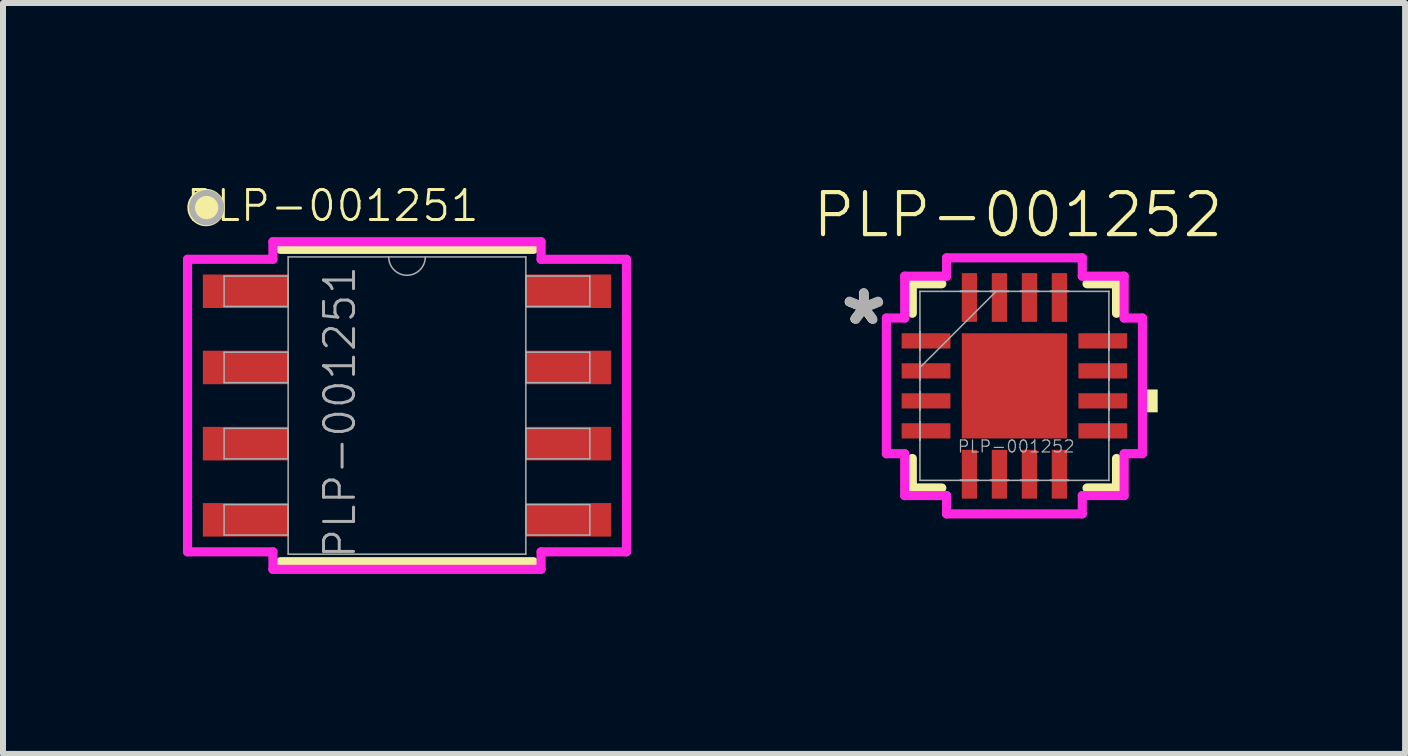
<source format=kicad_pcb>
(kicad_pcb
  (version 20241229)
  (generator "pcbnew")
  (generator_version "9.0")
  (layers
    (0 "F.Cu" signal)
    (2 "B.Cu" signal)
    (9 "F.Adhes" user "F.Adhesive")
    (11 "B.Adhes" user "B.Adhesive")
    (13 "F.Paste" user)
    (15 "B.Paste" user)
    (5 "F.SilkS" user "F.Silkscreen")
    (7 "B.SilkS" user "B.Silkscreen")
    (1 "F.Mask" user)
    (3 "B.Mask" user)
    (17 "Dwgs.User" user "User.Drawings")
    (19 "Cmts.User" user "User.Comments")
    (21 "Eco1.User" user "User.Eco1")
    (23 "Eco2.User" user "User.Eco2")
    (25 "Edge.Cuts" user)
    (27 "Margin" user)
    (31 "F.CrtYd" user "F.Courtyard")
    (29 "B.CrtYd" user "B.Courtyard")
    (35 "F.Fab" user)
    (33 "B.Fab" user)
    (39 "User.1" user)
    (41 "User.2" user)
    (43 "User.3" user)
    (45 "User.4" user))
  (footprint "PLP-001251"
    (layer "F.Cu")
    (at 3.734 3.71)
    (property "Reference" "PLP-001251" (at -1.24 -3.33 0) (unlocked yes) (layer "F.SilkS") (effects (font (size 0.5 0.5) (thickness 0.05))))
    (attr smd)
    (fp_line (start -2.108 2.603) (end 2.108 2.603) (stroke (width 0.152) (type solid)) (layer "F.SilkS"))
    (fp_line (start 2.108 -2.603) (end -2.108 -2.603) (stroke (width 0.152) (type solid)) (layer "F.SilkS"))
    (fp_circle (center -3.35 -3.3) (end -3.13 -3.16) (stroke (width 0.1) (type solid)) (fill yes) (layer "F.SilkS"))
    (fp_line (start -3.658 -2.438) (end -2.235 -2.438) (stroke (width 0.152) (type solid)) (layer "F.CrtYd"))
    (fp_line (start -3.658 2.438) (end -3.658 -2.438) (stroke (width 0.152) (type solid)) (layer "F.CrtYd"))
    (fp_line (start -3.658 2.438) (end -2.235 2.438) (stroke (width 0.152) (type solid)) (layer "F.CrtYd"))
    (fp_line (start -2.235 -2.731) (end 2.235 -2.731) (stroke (width 0.152) (type solid)) (layer "F.CrtYd"))
    (fp_line (start -2.235 -2.438) (end -2.235 -2.731) (stroke (width 0.152) (type solid)) (layer "F.CrtYd"))
    (fp_line (start -2.235 2.731) (end -2.235 2.438) (stroke (width 0.152) (type solid)) (layer "F.CrtYd"))
    (fp_line (start 2.235 -2.731) (end 2.235 -2.438) (stroke (width 0.152) (type solid)) (layer "F.CrtYd"))
    (fp_line (start 2.235 2.438) (end 2.235 2.731) (stroke (width 0.152) (type solid)) (layer "F.CrtYd"))
    (fp_line (start 2.235 2.731) (end -2.235 2.731) (stroke (width 0.152) (type solid)) (layer "F.CrtYd"))
    (fp_line (start 3.658 -2.438) (end 2.235 -2.438) (stroke (width 0.152) (type solid)) (layer "F.CrtYd"))
    (fp_line (start 3.658 -2.438) (end 3.658 2.438) (stroke (width 0.152) (type solid)) (layer "F.CrtYd"))
    (fp_line (start 3.658 2.438) (end 2.235 2.438) (stroke (width 0.152) (type solid)) (layer "F.CrtYd"))
    (fp_line (start -3.048 -2.159) (end -3.048 -1.651) (stroke (width 0.025) (type solid)) (layer "F.Fab"))
    (fp_line (start -3.048 -1.651) (end -1.981 -1.651) (stroke (width 0.025) (type solid)) (layer "F.Fab"))
    (fp_line (start -3.048 -0.889) (end -3.048 -0.381) (stroke (width 0.025) (type solid)) (layer "F.Fab"))
    (fp_line (start -3.048 -0.381) (end -1.981 -0.381) (stroke (width 0.025) (type solid)) (layer "F.Fab"))
    (fp_line (start -3.048 0.381) (end -3.048 0.889) (stroke (width 0.025) (type solid)) (layer "F.Fab"))
    (fp_line (start -3.048 0.889) (end -1.981 0.889) (stroke (width 0.025) (type solid)) (layer "F.Fab"))
    (fp_line (start -3.048 1.651) (end -3.048 2.159) (stroke (width 0.025) (type solid)) (layer "F.Fab"))
    (fp_line (start -3.048 2.159) (end -1.981 2.159) (stroke (width 0.025) (type solid)) (layer "F.Fab"))
    (fp_line (start -1.981 -2.477) (end -1.981 2.477) (stroke (width 0.025) (type solid)) (layer "F.Fab"))
    (fp_line (start -1.981 -2.159) (end -3.048 -2.159) (stroke (width 0.025) (type solid)) (layer "F.Fab"))
    (fp_line (start -1.981 -1.651) (end -1.981 -2.159) (stroke (width 0.025) (type solid)) (layer "F.Fab"))
    (fp_line (start -1.981 -0.889) (end -3.048 -0.889) (stroke (width 0.025) (type solid)) (layer "F.Fab"))
    (fp_line (start -1.981 -0.381) (end -1.981 -0.889) (stroke (width 0.025) (type solid)) (layer "F.Fab"))
    (fp_line (start -1.981 0.381) (end -3.048 0.381) (stroke (width 0.025) (type solid)) (layer "F.Fab"))
    (fp_line (start -1.981 0.889) (end -1.981 0.381) (stroke (width 0.025) (type solid)) (layer "F.Fab"))
    (fp_line (start -1.981 1.651) (end -3.048 1.651) (stroke (width 0.025) (type solid)) (layer "F.Fab"))
    (fp_line (start -1.981 2.159) (end -1.981 1.651) (stroke (width 0.025) (type solid)) (layer "F.Fab"))
    (fp_line (start -1.981 2.477) (end 1.981 2.477) (stroke (width 0.025) (type solid)) (layer "F.Fab"))
    (fp_line (start 1.981 -2.477) (end -1.981 -2.477) (stroke (width 0.025) (type solid)) (layer "F.Fab"))
    (fp_line (start 1.981 -2.159) (end 1.981 -1.651) (stroke (width 0.025) (type solid)) (layer "F.Fab"))
    (fp_line (start 1.981 -1.651) (end 3.048 -1.651) (stroke (width 0.025) (type solid)) (layer "F.Fab"))
    (fp_line (start 1.981 -0.889) (end 1.981 -0.381) (stroke (width 0.025) (type solid)) (layer "F.Fab"))
    (fp_line (start 1.981 -0.381) (end 3.048 -0.381) (stroke (width 0.025) (type solid)) (layer "F.Fab"))
    (fp_line (start 1.981 0.381) (end 1.981 0.889) (stroke (width 0.025) (type solid)) (layer "F.Fab"))
    (fp_line (start 1.981 0.889) (end 3.048 0.889) (stroke (width 0.025) (type solid)) (layer "F.Fab"))
    (fp_line (start 1.981 1.651) (end 1.981 2.159) (stroke (width 0.025) (type solid)) (layer "F.Fab"))
    (fp_line (start 1.981 2.159) (end 3.048 2.159) (stroke (width 0.025) (type solid)) (layer "F.Fab"))
    (fp_line (start 1.981 2.477) (end 1.981 -2.477) (stroke (width 0.025) (type solid)) (layer "F.Fab"))
    (fp_line (start 3.048 -2.159) (end 1.981 -2.159) (stroke (width 0.025) (type solid)) (layer "F.Fab"))
    (fp_line (start 3.048 -1.651) (end 3.048 -2.159) (stroke (width 0.025) (type solid)) (layer "F.Fab"))
    (fp_line (start 3.048 -0.889) (end 1.981 -0.889) (stroke (width 0.025) (type solid)) (layer "F.Fab"))
    (fp_line (start 3.048 -0.381) (end 3.048 -0.889) (stroke (width 0.025) (type solid)) (layer "F.Fab"))
    (fp_line (start 3.048 0.381) (end 1.981 0.381) (stroke (width 0.025) (type solid)) (layer "F.Fab"))
    (fp_line (start 3.048 0.889) (end 3.048 0.381) (stroke (width 0.025) (type solid)) (layer "F.Fab"))
    (fp_line (start 3.048 1.651) (end 1.981 1.651) (stroke (width 0.025) (type solid)) (layer "F.Fab"))
    (fp_line (start 3.048 2.159) (end 3.048 1.651) (stroke (width 0.025) (type solid)) (layer "F.Fab"))
    (fp_arc (start 0.3048 -2.4765) (mid 0 -2.1717) (end -0.3048 -2.4765) (stroke (width 0.0254) (type solid)) (layer "F.Fab"))
    (fp_circle (center -3.34 -3.3) (end -3.14 -3.16) (stroke (width 0.1) (type solid)) (fill no) (layer "F.Fab"))
    (fp_text user "${REFERENCE}" (at -1.12 0.11 90) (unlocked yes) (layer "F.Fab") (effects (font (size 0.5 0.5) (thickness 0.05))))
    (pad "1" smd rect (at -2.692 -1.905) (size 1.422 0.559) (layers "F.Cu" "F.Mask" "F.Paste"))
    (pad "2" smd rect (at -2.692 -0.635) (size 1.422 0.559) (layers "F.Cu" "F.Mask" "F.Paste"))
    (pad "3" smd rect (at -2.692 0.635) (size 1.422 0.559) (layers "F.Cu" "F.Mask" "F.Paste"))
    (pad "4" smd rect (at -2.692 1.905) (size 1.422 0.559) (layers "F.Cu" "F.Mask" "F.Paste"))
    (pad "5" smd rect (at 2.692 1.905) (size 1.422 0.559) (layers "F.Cu" "F.Mask" "F.Paste"))
    (pad "6" smd rect (at 2.692 0.635) (size 1.422 0.559) (layers "F.Cu" "F.Mask" "F.Paste"))
    (pad "7" smd rect (at 2.692 -0.635) (size 1.422 0.559) (layers "F.Cu" "F.Mask" "F.Paste"))
    (pad "8" smd rect (at 2.692 -1.905) (size 1.422 0.559) (layers "F.Cu" "F.Mask" "F.Paste")))
  (footprint "PLP-001252"
    (layer "F.Cu")
    (at 13.859 3.382)
    (property "Reference" "PLP-001252" (at 0.06 -2.85 0) (unlocked yes) (layer "F.SilkS") (effects (font (size 0.7 0.7) (thickness 0.07))))
    (attr smd)
    (fp_line (start -1.702 -1.702) (end -1.702 -1.21) (stroke (width 0.152) (type solid)) (layer "F.SilkS"))
    (fp_line (start -1.702 1.21) (end -1.702 1.702) (stroke (width 0.152) (type solid)) (layer "F.SilkS"))
    (fp_line (start -1.702 1.702) (end -1.21 1.702) (stroke (width 0.152) (type solid)) (layer "F.SilkS"))
    (fp_line (start -1.21 -1.702) (end -1.702 -1.702) (stroke (width 0.152) (type solid)) (layer "F.SilkS"))
    (fp_line (start 1.21 1.702) (end 1.702 1.702) (stroke (width 0.152) (type solid)) (layer "F.SilkS"))
    (fp_line (start 1.702 -1.702) (end 1.21 -1.702) (stroke (width 0.152) (type solid)) (layer "F.SilkS"))
    (fp_line (start 1.702 -1.21) (end 1.702 -1.702) (stroke (width 0.152) (type solid)) (layer "F.SilkS"))
    (fp_line (start 1.702 1.702) (end 1.702 1.21) (stroke (width 0.152) (type solid)) (layer "F.SilkS"))
    (fp_poly (pts (xy 2.388 0.06) (xy 2.388 0.441) (xy 2.134 0.441) (xy 2.134 0.06)) (stroke (width 0) (type solid)) (fill yes) (layer "F.SilkS"))
    (fp_line (start -2.134 -1.131) (end -1.829 -1.131) (stroke (width 0.152) (type solid)) (layer "F.CrtYd"))
    (fp_line (start -2.134 1.131) (end -2.134 -1.131) (stroke (width 0.152) (type solid)) (layer "F.CrtYd"))
    (fp_line (start -1.829 -1.829) (end -1.131 -1.829) (stroke (width 0.152) (type solid)) (layer "F.CrtYd"))
    (fp_line (start -1.829 -1.131) (end -1.829 -1.829) (stroke (width 0.152) (type solid)) (layer "F.CrtYd"))
    (fp_line (start -1.829 1.131) (end -2.134 1.131) (stroke (width 0.152) (type solid)) (layer "F.CrtYd"))
    (fp_line (start -1.829 1.829) (end -1.829 1.131) (stroke (width 0.152) (type solid)) (layer "F.CrtYd"))
    (fp_line (start -1.131 -2.134) (end 1.131 -2.134) (stroke (width 0.152) (type solid)) (layer "F.CrtYd"))
    (fp_line (start -1.131 -1.829) (end -1.131 -2.134) (stroke (width 0.152) (type solid)) (layer "F.CrtYd"))
    (fp_line (start -1.131 1.829) (end -1.829 1.829) (stroke (width 0.152) (type solid)) (layer "F.CrtYd"))
    (fp_line (start -1.131 2.134) (end -1.131 1.829) (stroke (width 0.152) (type solid)) (layer "F.CrtYd"))
    (fp_line (start 1.131 -2.134) (end 1.131 -1.829) (stroke (width 0.152) (type solid)) (layer "F.CrtYd"))
    (fp_line (start 1.131 -1.829) (end 1.829 -1.829) (stroke (width 0.152) (type solid)) (layer "F.CrtYd"))
    (fp_line (start 1.131 1.829) (end 1.131 2.134) (stroke (width 0.152) (type solid)) (layer "F.CrtYd"))
    (fp_line (start 1.131 2.134) (end -1.131 2.134) (stroke (width 0.152) (type solid)) (layer "F.CrtYd"))
    (fp_line (start 1.829 -1.829) (end 1.829 -1.131) (stroke (width 0.152) (type solid)) (layer "F.CrtYd"))
    (fp_line (start 1.829 -1.131) (end 2.134 -1.131) (stroke (width 0.152) (type solid)) (layer "F.CrtYd"))
    (fp_line (start 1.829 1.131) (end 1.829 1.829) (stroke (width 0.152) (type solid)) (layer "F.CrtYd"))
    (fp_line (start 1.829 1.829) (end 1.131 1.829) (stroke (width 0.152) (type solid)) (layer "F.CrtYd"))
    (fp_line (start 2.134 -1.131) (end 2.134 1.131) (stroke (width 0.152) (type solid)) (layer "F.CrtYd"))
    (fp_line (start 2.134 1.131) (end 1.829 1.131) (stroke (width 0.152) (type solid)) (layer "F.CrtYd"))
    (fp_line (start -1.575 -1.575) (end -1.575 -1.575) (stroke (width 0.025) (type solid)) (layer "F.Fab"))
    (fp_line (start -1.575 -1.575) (end -1.575 1.575) (stroke (width 0.025) (type solid)) (layer "F.Fab"))
    (fp_line (start -1.575 -0.903) (end -1.575 -0.903) (stroke (width 0.025) (type solid)) (layer "F.Fab"))
    (fp_line (start -1.575 -0.903) (end -1.575 -0.598) (stroke (width 0.025) (type solid)) (layer "F.Fab"))
    (fp_line (start -1.575 -0.598) (end -1.575 -0.903) (stroke (width 0.025) (type solid)) (layer "F.Fab"))
    (fp_line (start -1.575 -0.598) (end -1.575 -0.598) (stroke (width 0.025) (type solid)) (layer "F.Fab"))
    (fp_line (start -1.575 -0.402) (end -1.575 -0.402) (stroke (width 0.025) (type solid)) (layer "F.Fab"))
    (fp_line (start -1.575 -0.402) (end -1.575 -0.098) (stroke (width 0.025) (type solid)) (layer "F.Fab"))
    (fp_line (start -1.575 -0.305) (end -0.305 -1.575) (stroke (width 0.025) (type solid)) (layer "F.Fab"))
    (fp_line (start -1.575 -0.098) (end -1.575 -0.402) (stroke (width 0.025) (type solid)) (layer "F.Fab"))
    (fp_line (start -1.575 -0.098) (end -1.575 -0.098) (stroke (width 0.025) (type solid)) (layer "F.Fab"))
    (fp_line (start -1.575 0.098) (end -1.575 0.098) (stroke (width 0.025) (type solid)) (layer "F.Fab"))
    (fp_line (start -1.575 0.098) (end -1.575 0.402) (stroke (width 0.025) (type solid)) (layer "F.Fab"))
    (fp_line (start -1.575 0.402) (end -1.575 0.098) (stroke (width 0.025) (type solid)) (layer "F.Fab"))
    (fp_line (start -1.575 0.402) (end -1.575 0.402) (stroke (width 0.025) (type solid)) (layer "F.Fab"))
    (fp_line (start -1.575 0.598) (end -1.575 0.598) (stroke (width 0.025) (type solid)) (layer "F.Fab"))
    (fp_line (start -1.575 0.598) (end -1.575 0.903) (stroke (width 0.025) (type solid)) (layer "F.Fab"))
    (fp_line (start -1.575 0.903) (end -1.575 0.598) (stroke (width 0.025) (type solid)) (layer "F.Fab"))
    (fp_line (start -1.575 0.903) (end -1.575 0.903) (stroke (width 0.025) (type solid)) (layer "F.Fab"))
    (fp_line (start -1.575 1.575) (end -1.575 1.575) (stroke (width 0.025) (type solid)) (layer "F.Fab"))
    (fp_line (start -1.575 1.575) (end 1.575 1.575) (stroke (width 0.025) (type solid)) (layer "F.Fab"))
    (fp_line (start -0.903 -1.575) (end -0.903 -1.575) (stroke (width 0.025) (type solid)) (layer "F.Fab"))
    (fp_line (start -0.903 -1.575) (end -0.598 -1.575) (stroke (width 0.025) (type solid)) (layer "F.Fab"))
    (fp_line (start -0.903 1.575) (end -0.903 1.575) (stroke (width 0.025) (type solid)) (layer "F.Fab"))
    (fp_line (start -0.903 1.575) (end -0.598 1.575) (stroke (width 0.025) (type solid)) (layer "F.Fab"))
    (fp_line (start -0.598 -1.575) (end -0.903 -1.575) (stroke (width 0.025) (type solid)) (layer "F.Fab"))
    (fp_line (start -0.598 -1.575) (end -0.598 -1.575) (stroke (width 0.025) (type solid)) (layer "F.Fab"))
    (fp_line (start -0.598 1.575) (end -0.903 1.575) (stroke (width 0.025) (type solid)) (layer "F.Fab"))
    (fp_line (start -0.598 1.575) (end -0.598 1.575) (stroke (width 0.025) (type solid)) (layer "F.Fab"))
    (fp_line (start -0.402 -1.575) (end -0.402 -1.575) (stroke (width 0.025) (type solid)) (layer "F.Fab"))
    (fp_line (start -0.402 -1.575) (end -0.098 -1.575) (stroke (width 0.025) (type solid)) (layer "F.Fab"))
    (fp_line (start -0.402 1.575) (end -0.402 1.575) (stroke (width 0.025) (type solid)) (layer "F.Fab"))
    (fp_line (start -0.402 1.575) (end -0.098 1.575) (stroke (width 0.025) (type solid)) (layer "F.Fab"))
    (fp_line (start -0.098 -1.575) (end -0.402 -1.575) (stroke (width 0.025) (type solid)) (layer "F.Fab"))
    (fp_line (start -0.098 -1.575) (end -0.098 -1.575) (stroke (width 0.025) (type solid)) (layer "F.Fab"))
    (fp_line (start -0.098 1.575) (end -0.402 1.575) (stroke (width 0.025) (type solid)) (layer "F.Fab"))
    (fp_line (start -0.098 1.575) (end -0.098 1.575) (stroke (width 0.025) (type solid)) (layer "F.Fab"))
    (fp_line (start 0.098 -1.575) (end 0.098 -1.575) (stroke (width 0.025) (type solid)) (layer "F.Fab"))
    (fp_line (start 0.098 -1.575) (end 0.402 -1.575) (stroke (width 0.025) (type solid)) (layer "F.Fab"))
    (fp_line (start 0.098 1.575) (end 0.098 1.575) (stroke (width 0.025) (type solid)) (layer "F.Fab"))
    (fp_line (start 0.098 1.575) (end 0.402 1.575) (stroke (width 0.025) (type solid)) (layer "F.Fab"))
    (fp_line (start 0.402 -1.575) (end 0.098 -1.575) (stroke (width 0.025) (type solid)) (layer "F.Fab"))
    (fp_line (start 0.402 -1.575) (end 0.402 -1.575) (stroke (width 0.025) (type solid)) (layer "F.Fab"))
    (fp_line (start 0.402 1.575) (end 0.098 1.575) (stroke (width 0.025) (type solid)) (layer "F.Fab"))
    (fp_line (start 0.402 1.575) (end 0.402 1.575) (stroke (width 0.025) (type solid)) (layer "F.Fab"))
    (fp_line (start 0.598 -1.575) (end 0.598 -1.575) (stroke (width 0.025) (type solid)) (layer "F.Fab"))
    (fp_line (start 0.598 -1.575) (end 0.903 -1.575) (stroke (width 0.025) (type solid)) (layer "F.Fab"))
    (fp_line (start 0.598 1.575) (end 0.598 1.575) (stroke (width 0.025) (type solid)) (layer "F.Fab"))
    (fp_line (start 0.598 1.575) (end 0.903 1.575) (stroke (width 0.025) (type solid)) (layer "F.Fab"))
    (fp_line (start 0.903 -1.575) (end 0.598 -1.575) (stroke (width 0.025) (type solid)) (layer "F.Fab"))
    (fp_line (start 0.903 -1.575) (end 0.903 -1.575) (stroke (width 0.025) (type solid)) (layer "F.Fab"))
    (fp_line (start 0.903 1.575) (end 0.598 1.575) (stroke (width 0.025) (type solid)) (layer "F.Fab"))
    (fp_line (start 0.903 1.575) (end 0.903 1.575) (stroke (width 0.025) (type solid)) (layer "F.Fab"))
    (fp_line (start 1.575 -1.575) (end -1.575 -1.575) (stroke (width 0.025) (type solid)) (layer "F.Fab"))
    (fp_line (start 1.575 -1.575) (end 1.575 -1.575) (stroke (width 0.025) (type solid)) (layer "F.Fab"))
    (fp_line (start 1.575 -0.903) (end 1.575 -0.903) (stroke (width 0.025) (type solid)) (layer "F.Fab"))
    (fp_line (start 1.575 -0.903) (end 1.575 -0.598) (stroke (width 0.025) (type solid)) (layer "F.Fab"))
    (fp_line (start 1.575 -0.598) (end 1.575 -0.903) (stroke (width 0.025) (type solid)) (layer "F.Fab"))
    (fp_line (start 1.575 -0.598) (end 1.575 -0.598) (stroke (width 0.025) (type solid)) (layer "F.Fab"))
    (fp_line (start 1.575 -0.402) (end 1.575 -0.402) (stroke (width 0.025) (type solid)) (layer "F.Fab"))
    (fp_line (start 1.575 -0.402) (end 1.575 -0.098) (stroke (width 0.025) (type solid)) (layer "F.Fab"))
    (fp_line (start 1.575 -0.098) (end 1.575 -0.402) (stroke (width 0.025) (type solid)) (layer "F.Fab"))
    (fp_line (start 1.575 -0.098) (end 1.575 -0.098) (stroke (width 0.025) (type solid)) (layer "F.Fab"))
    (fp_line (start 1.575 0.098) (end 1.575 0.098) (stroke (width 0.025) (type solid)) (layer "F.Fab"))
    (fp_line (start 1.575 0.098) (end 1.575 0.402) (stroke (width 0.025) (type solid)) (layer "F.Fab"))
    (fp_line (start 1.575 0.402) (end 1.575 0.098) (stroke (width 0.025) (type solid)) (layer "F.Fab"))
    (fp_line (start 1.575 0.402) (end 1.575 0.402) (stroke (width 0.025) (type solid)) (layer "F.Fab"))
    (fp_line (start 1.575 0.598) (end 1.575 0.598) (stroke (width 0.025) (type solid)) (layer "F.Fab"))
    (fp_line (start 1.575 0.598) (end 1.575 0.903) (stroke (width 0.025) (type solid)) (layer "F.Fab"))
    (fp_line (start 1.575 0.903) (end 1.575 0.598) (stroke (width 0.025) (type solid)) (layer "F.Fab"))
    (fp_line (start 1.575 0.903) (end 1.575 0.903) (stroke (width 0.025) (type solid)) (layer "F.Fab"))
    (fp_line (start 1.575 1.575) (end 1.575 -1.575) (stroke (width 0.025) (type solid)) (layer "F.Fab"))
    (fp_line (start 1.575 1.575) (end 1.575 1.575) (stroke (width 0.025) (type solid)) (layer "F.Fab"))
    (fp_text user "*" (at -2.515 -1 0) (layer "F.SilkS") (effects (font (size 1 1) (thickness 0.15))))
    (fp_text user "*" (at -2.515 -1 0) (unlocked yes) (layer "F.SilkS") (effects (font (size 1 1) (thickness 0.15))))
    (fp_text user "${REFERENCE}" (at 0.03 1.01 0) (unlocked yes) (layer "F.Fab") (effects (font (size 0.2 0.2) (thickness 0.02))))
    (fp_text user "*" (at -2.51 -1.01 0) (layer "F.Fab") (effects (font (size 1 1) (thickness 0.15))))
    (fp_text user "*" (at -2.5 -0.99 0) (unlocked yes) (layer "F.Fab") (effects (font (size 1 1) (thickness 0.15))))
    (pad "1" smd rect (at -1.473 -0.75 90) (size 0.254 0.813) (layers "F.Cu" "F.Mask" "F.Paste"))
    (pad "2" smd rect (at -1.473 -0.25 90) (size 0.254 0.813) (layers "F.Cu" "F.Mask" "F.Paste"))
    (pad "3" smd rect (at -1.473 0.25 90) (size 0.254 0.813) (layers "F.Cu" "F.Mask" "F.Paste"))
    (pad "4" smd rect (at -1.473 0.75 90) (size 0.254 0.813) (layers "F.Cu" "F.Mask" "F.Paste"))
    (pad "5" smd rect (at -0.75 1.473) (size 0.254 0.813) (layers "F.Cu" "F.Mask" "F.Paste"))
    (pad "6" smd rect (at -0.25 1.473) (size 0.254 0.813) (layers "F.Cu" "F.Mask" "F.Paste"))
    (pad "7" smd rect (at 0.25 1.473) (size 0.254 0.813) (layers "F.Cu" "F.Mask" "F.Paste"))
    (pad "8" smd rect (at 0.75 1.473) (size 0.254 0.813) (layers "F.Cu" "F.Mask" "F.Paste"))
    (pad "9" smd rect (at 1.473 0.75 90) (size 0.254 0.813) (layers "F.Cu" "F.Mask" "F.Paste"))
    (pad "10" smd rect (at 1.473 0.25 90) (size 0.254 0.813) (layers "F.Cu" "F.Mask" "F.Paste"))
    (pad "11" smd rect (at 1.473 -0.25 90) (size 0.254 0.813) (layers "F.Cu" "F.Mask" "F.Paste"))
    (pad "12" smd rect (at 1.473 -0.75 90) (size 0.254 0.813) (layers "F.Cu" "F.Mask" "F.Paste"))
    (pad "13" smd rect (at 0.75 -1.473) (size 0.254 0.813) (layers "F.Cu" "F.Mask" "F.Paste"))
    (pad "14" smd rect (at 0.25 -1.473) (size 0.254 0.813) (layers "F.Cu" "F.Mask" "F.Paste"))
    (pad "15" smd rect (at -0.25 -1.473) (size 0.254 0.813) (layers "F.Cu" "F.Mask" "F.Paste"))
    (pad "16" smd rect (at -0.75 -1.473) (size 0.254 0.813) (layers "F.Cu" "F.Mask" "F.Paste"))
    (pad "17" smd rect (at 0 0) (size 1.753 1.753) (layers "F.Cu" "F.Mask" "F.Paste")))
  (gr_rect
    (start -3 -3)
    (end 20.371 9.517)
    (stroke (width 0.1) (type default))
    (fill no)
    (layer "Edge.Cuts")))
</source>
